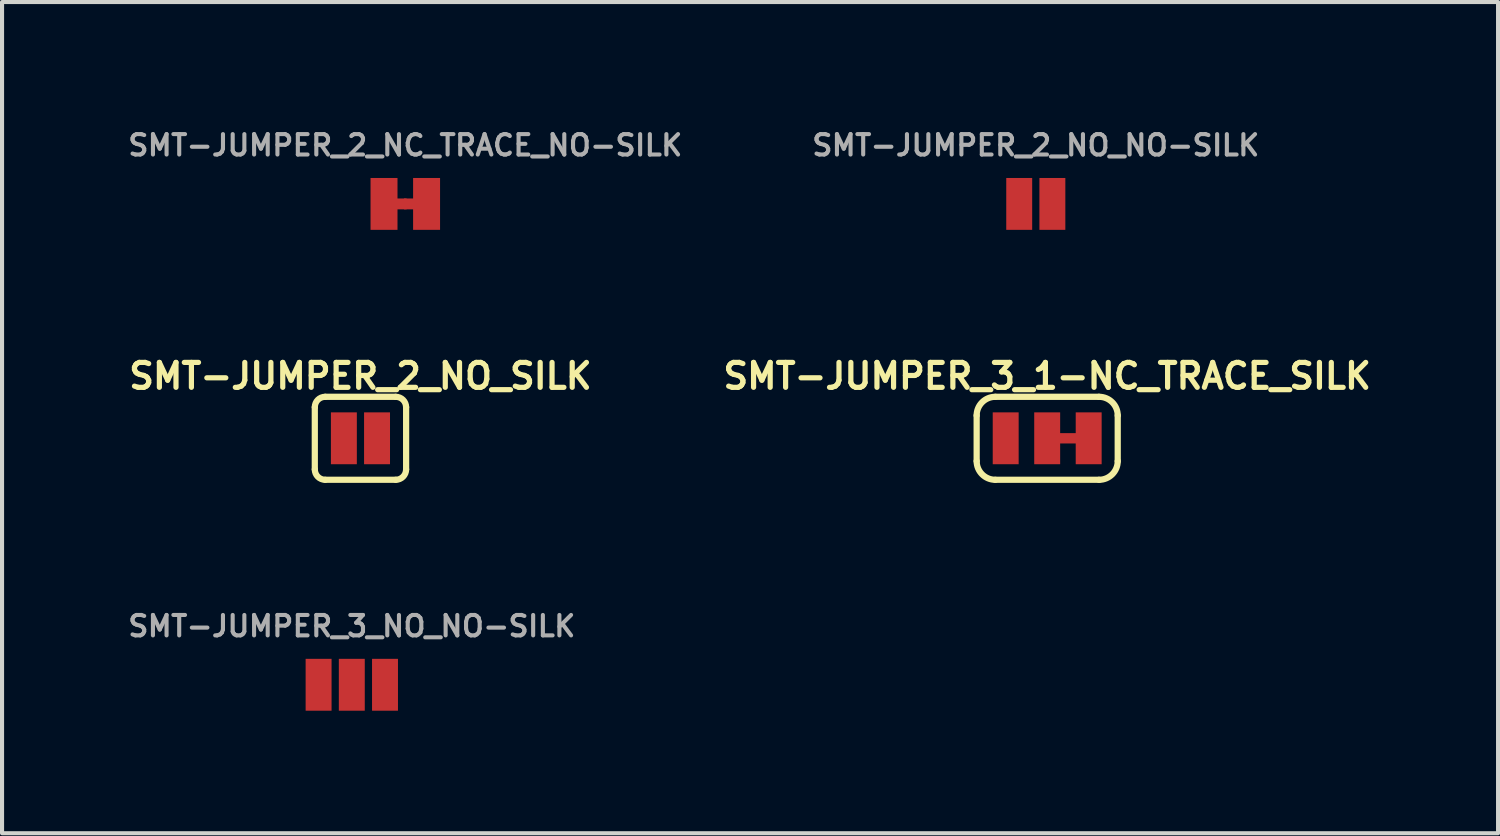
<source format=kicad_pcb>
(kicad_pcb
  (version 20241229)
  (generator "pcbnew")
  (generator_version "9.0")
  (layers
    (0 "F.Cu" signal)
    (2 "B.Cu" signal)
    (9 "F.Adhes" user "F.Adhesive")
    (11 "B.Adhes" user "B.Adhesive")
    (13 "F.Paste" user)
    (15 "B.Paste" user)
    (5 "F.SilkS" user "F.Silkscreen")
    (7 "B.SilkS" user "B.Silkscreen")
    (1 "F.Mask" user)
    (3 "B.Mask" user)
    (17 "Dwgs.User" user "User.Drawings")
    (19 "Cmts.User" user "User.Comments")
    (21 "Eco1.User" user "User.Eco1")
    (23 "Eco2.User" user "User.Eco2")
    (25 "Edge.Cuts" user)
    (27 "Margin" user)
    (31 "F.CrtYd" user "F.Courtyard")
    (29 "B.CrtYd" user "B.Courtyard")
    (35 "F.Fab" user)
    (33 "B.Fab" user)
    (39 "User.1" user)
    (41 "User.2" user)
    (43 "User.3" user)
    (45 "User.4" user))
  (footprint "SMT-JUMPER_2_NO_NO-SILK"
    (layer "F.Cu")
    (at 22.312 1.943)
    (property "Reference" "SMT-JUMPER_2_NO_NO-SILK" (at 0 -1.143 0) (layer "F.Fab") (effects (font (size 0.5 0.5) (thickness 0.1) (bold yes)) (justify bottom)))
    (pad "1" smd rect (at -0.406 0) (size 0.635 1.27) (layers "F.Cu" "F.Mask"))
    (pad "2" smd rect (at 0.406 0) (size 0.635 1.27) (layers "F.Cu" "F.Mask")))
  (footprint "SMT-JUMPER_2_NC_TRACE_NO-SILK"
    (layer "F.Cu")
    (at 6.874 1.943)
    (property "Reference" "SMT-JUMPER_2_NC_TRACE_NO-SILK" (at 0 -1.143 0) (layer "F.Fab") (effects (font (size 0.5 0.5) (thickness 0.1) (bold yes)) (justify bottom)))
    (fp_poly (pts (xy 0.032 0.133) (xy -0.705 0.133) (xy -0.705 -0.133) (xy 0.032 -0.133)) (stroke (width 0) (type default)) (fill yes) (layer "F.Cu"))
    (fp_poly (pts (xy 0.705 0.133) (xy -0.032 0.133) (xy -0.032 -0.133) (xy 0.705 -0.133)) (stroke (width 0) (type default)) (fill yes) (layer "F.Cu"))
    (fp_poly (pts (xy 0.254 0.191) (xy -0.254 0.191) (xy -0.254 -0.191) (xy 0.254 -0.191)) (stroke (width 0) (type default)) (fill yes) (layer "F.Mask"))
    (pad "1" smd rect (at -0.521 0) (size 0.66 1.27) (layers "F.Cu" "F.Mask"))
    (pad "2" smd rect (at 0.521 0) (size 0.66 1.27) (layers "F.Cu" "F.Mask")))
  (footprint "SMT-JUMPER_3_1-NC_TRACE_SILK"
    (layer "F.Cu")
    (at 22.591 7.682)
    (property "Reference" "SMT-JUMPER_3_1-NC_TRACE_SILK" (at 0 -1.524 0) (layer "F.SilkS") (effects (font (size 0.61 0.61) (thickness 0.127))))
    (attr smd)
    (fp_line (start 0 0) (end 1.016 0) (stroke (width 0.254) (type solid)) (layer "F.Cu"))
    (fp_line (start -1.727 0.559) (end -1.727 -0.559) (stroke (width 0.152) (type solid)) (layer "F.SilkS"))
    (fp_line (start -1.27 -1.016) (end 1.27 -1.016) (stroke (width 0.152) (type solid)) (layer "F.SilkS"))
    (fp_line (start 1.27 1.016) (end -1.27 1.016) (stroke (width 0.152) (type solid)) (layer "F.SilkS"))
    (fp_line (start 1.727 0.559) (end 1.727 -0.559) (stroke (width 0.152) (type solid)) (layer "F.SilkS"))
    (fp_arc (start -1.7272 -0.5588) (mid -1.593289 -0.882089) (end -1.27 -1.016) (stroke (width 0.1524) (type solid)) (layer "F.SilkS"))
    (fp_arc (start -1.27 1.016) (mid -1.593289 0.882089) (end -1.7272 0.5588) (stroke (width 0.1524) (type solid)) (layer "F.SilkS"))
    (fp_arc (start 1.27 -1.016) (mid 1.593289 -0.882089) (end 1.7272 -0.5588) (stroke (width 0.1524) (type solid)) (layer "F.SilkS"))
    (fp_arc (start 1.7272 0.5588) (mid 1.593289 0.882089) (end 1.27 1.016) (stroke (width 0.1524) (type solid)) (layer "F.SilkS"))
    (pad "1" smd rect (at -1.016 0) (size 0.635 1.27) (layers "F.Cu" "F.Mask"))
    (pad "2" smd rect (at 0 0) (size 0.635 1.27) (layers "F.Cu" "F.Mask"))
    (pad "3" smd rect (at 1.016 0) (size 0.635 1.27) (layers "F.Cu" "F.Mask")))
  (footprint "SMT-JUMPER_2_NO_SILK"
    (layer "F.Cu")
    (at 5.776 7.682)
    (property "Reference" "SMT-JUMPER_2_NO_SILK" (at 0 -1.524 0) (layer "F.SilkS") (effects (font (size 0.61 0.61) (thickness 0.127))))
    (attr smd)
    (fp_line (start -1.118 0.762) (end -1.118 -0.762) (stroke (width 0.152) (type solid)) (layer "F.SilkS"))
    (fp_line (start -0.864 -1.016) (end 0.864 -1.016) (stroke (width 0.152) (type solid)) (layer "F.SilkS"))
    (fp_line (start 0.864 1.016) (end -0.864 1.016) (stroke (width 0.152) (type solid)) (layer "F.SilkS"))
    (fp_line (start 1.118 0.762) (end 1.118 -0.762) (stroke (width 0.152) (type solid)) (layer "F.SilkS"))
    (fp_arc (start -1.1176 -0.762) (mid -1.043205 -0.941605) (end -0.8636 -1.016) (stroke (width 0.1524) (type solid)) (layer "F.SilkS"))
    (fp_arc (start -0.8636 1.016) (mid -1.043205 0.941605) (end -1.1176 0.762) (stroke (width 0.1524) (type solid)) (layer "F.SilkS"))
    (fp_arc (start 0.8636 -1.016) (mid 1.043205 -0.941605) (end 1.1176 -0.762) (stroke (width 0.1524) (type solid)) (layer "F.SilkS"))
    (fp_arc (start 1.1176 0.762) (mid 1.043205 0.941605) (end 0.8636 1.016) (stroke (width 0.1524) (type solid)) (layer "F.SilkS"))
    (pad "1" smd rect (at -0.406 0) (size 0.635 1.27) (layers "F.Cu" "F.Mask"))
    (pad "2" smd rect (at 0.406 0) (size 0.635 1.27) (layers "F.Cu" "F.Mask")))
  (footprint "SMT-JUMPER_3_NO_NO-SILK"
    (layer "F.Cu")
    (at 5.564 13.717)
    (property "Reference" "SMT-JUMPER_3_NO_NO-SILK" (at 0 -1.143 0) (layer "F.Fab") (effects (font (size 0.5 0.5) (thickness 0.1) (bold yes)) (justify bottom)))
    (pad "1" smd rect (at -0.813 0) (size 0.635 1.27) (layers "F.Cu" "F.Mask"))
    (pad "2" smd rect (at 0 0) (size 0.635 1.27) (layers "F.Cu" "F.Mask"))
    (pad "3" smd rect (at 0.813 0) (size 0.635 1.27) (layers "F.Cu" "F.Mask")))
  (gr_rect
    (start -3 -3)
    (end 33.631 17.352)
    (stroke (width 0.1) (type default))
    (fill no)
    (layer "Edge.Cuts")))
</source>
